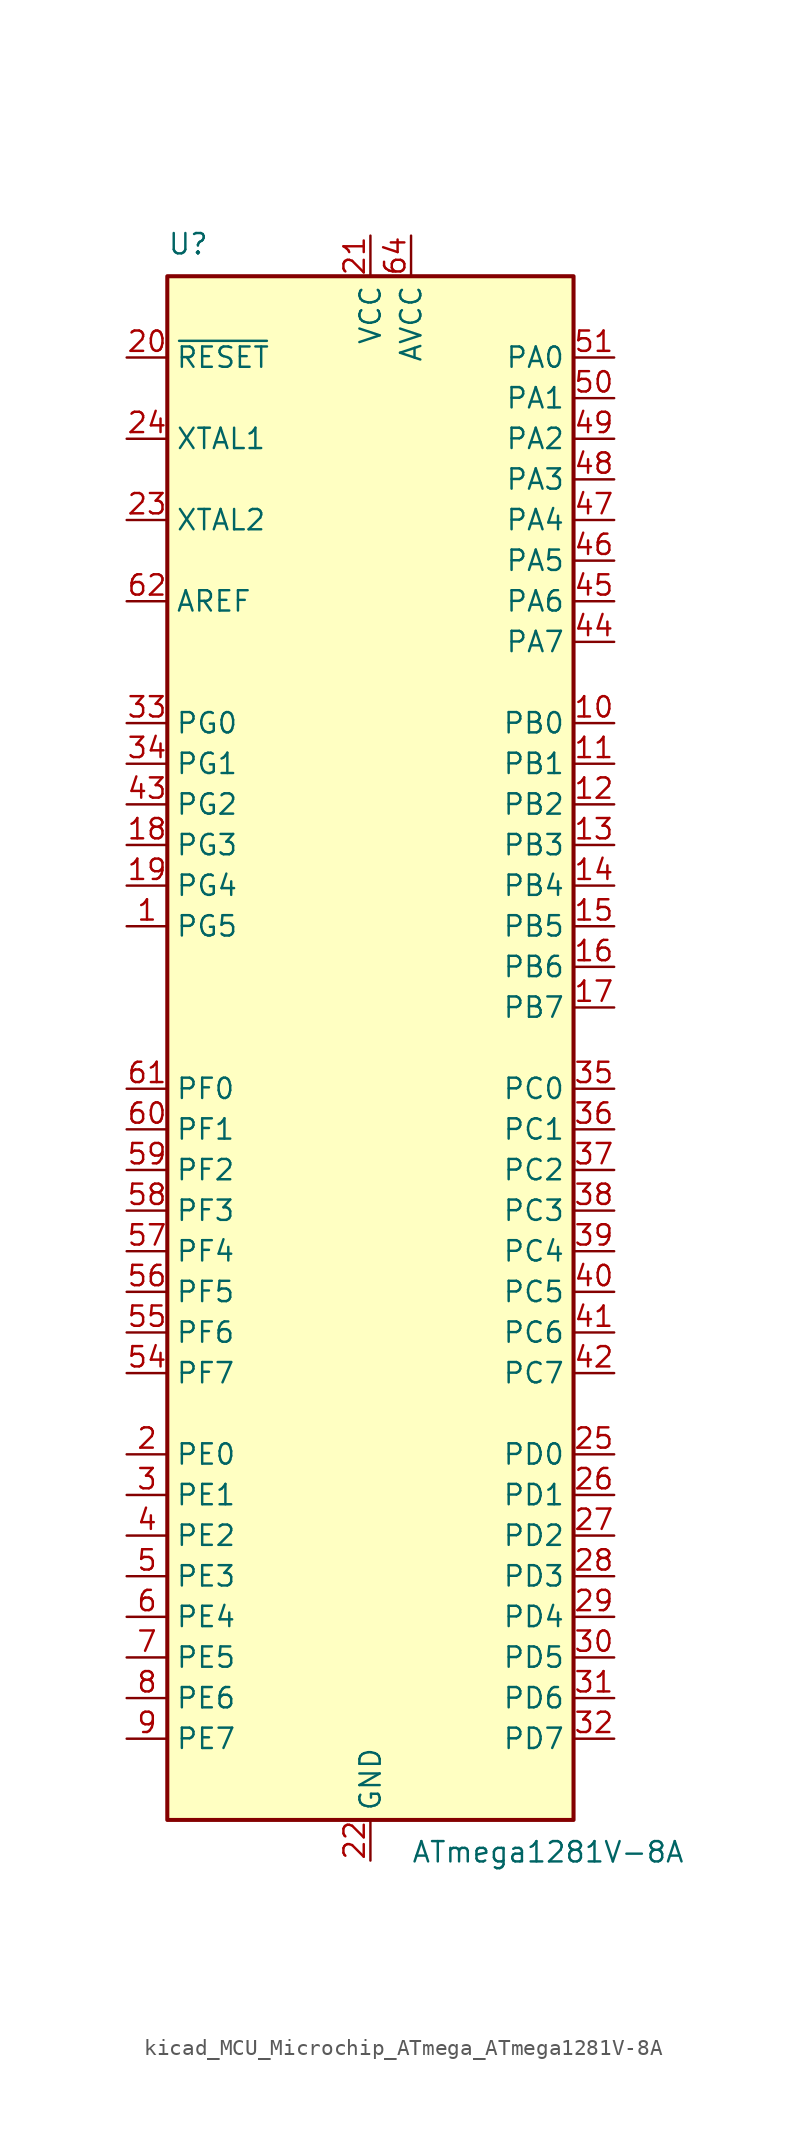
<source format=kicad_sym>
(kicad_symbol_lib
  (version 20220914)
  (generator kicad_symbol_editor)
  (symbol "kicad_MCU_Microchip_ATmega_ATmega1281V-8A"
    (property "Reference" "U"
      (at -12.7 49.53 0)
      (effects (font (size 1.27 1.27)) (justify left bottom)))
    (property "Value" "ATmega1281V-8A"
      (at 2.54 -49.53 0)
      (effects (font (size 1.27 1.27)) (justify left top)))
    (symbol "kicad_MCU_Microchip_ATmega_ATmega1281V-8A_0_1"
      (rectangle (start -12.7 -48.26) (end 12.7 48.26) (stroke (width 0.254) (type default)) (fill (type background))))
    (symbol "kicad_MCU_Microchip_ATmega_ATmega1281V-8A_1_1"
      (pin bidirectional line (at -15.24 7.62 0) (length 2.54) (name "PG5" (effects (font (size 1.27 1.27)))) (number "1" (effects (font (size 1.27 1.27)))))
      (pin bidirectional line (at 15.24 20.32 180) (length 2.54) (name "PB0" (effects (font (size 1.27 1.27)))) (number "10" (effects (font (size 1.27 1.27)))))
      (pin bidirectional line (at 15.24 17.78 180) (length 2.54) (name "PB1" (effects (font (size 1.27 1.27)))) (number "11" (effects (font (size 1.27 1.27)))))
      (pin bidirectional line (at 15.24 15.24 180) (length 2.54) (name "PB2" (effects (font (size 1.27 1.27)))) (number "12" (effects (font (size 1.27 1.27)))))
      (pin bidirectional line (at 15.24 12.7 180) (length 2.54) (name "PB3" (effects (font (size 1.27 1.27)))) (number "13" (effects (font (size 1.27 1.27)))))
      (pin bidirectional line (at 15.24 10.16 180) (length 2.54) (name "PB4" (effects (font (size 1.27 1.27)))) (number "14" (effects (font (size 1.27 1.27)))))
      (pin bidirectional line (at 15.24 7.62 180) (length 2.54) (name "PB5" (effects (font (size 1.27 1.27)))) (number "15" (effects (font (size 1.27 1.27)))))
      (pin bidirectional line (at 15.24 5.08 180) (length 2.54) (name "PB6" (effects (font (size 1.27 1.27)))) (number "16" (effects (font (size 1.27 1.27)))))
      (pin bidirectional line (at 15.24 2.54 180) (length 2.54) (name "PB7" (effects (font (size 1.27 1.27)))) (number "17" (effects (font (size 1.27 1.27)))))
      (pin bidirectional line (at -15.24 12.7 0) (length 2.54) (name "PG3" (effects (font (size 1.27 1.27)))) (number "18" (effects (font (size 1.27 1.27)))))
      (pin bidirectional line (at -15.24 10.16 0) (length 2.54) (name "PG4" (effects (font (size 1.27 1.27)))) (number "19" (effects (font (size 1.27 1.27)))))
      (pin bidirectional line (at -15.24 -25.4 0) (length 2.54) (name "PE0" (effects (font (size 1.27 1.27)))) (number "2" (effects (font (size 1.27 1.27)))))
      (pin input line (at -15.24 43.18 0) (length 2.54) (name "~{RESET}" (effects (font (size 1.27 1.27)))) (number "20" (effects (font (size 1.27 1.27)))))
      (pin power_in line (at 0 50.8 270) (length 2.54) (name "VCC" (effects (font (size 1.27 1.27)))) (number "21" (effects (font (size 1.27 1.27)))))
      (pin power_in line (at 0 -50.8 90) (length 2.54) (name "GND" (effects (font (size 1.27 1.27)))) (number "22" (effects (font (size 1.27 1.27)))))
      (pin output line (at -15.24 33.02 0) (length 2.54) (name "XTAL2" (effects (font (size 1.27 1.27)))) (number "23" (effects (font (size 1.27 1.27)))))
      (pin input line (at -15.24 38.1 0) (length 2.54) (name "XTAL1" (effects (font (size 1.27 1.27)))) (number "24" (effects (font (size 1.27 1.27)))))
      (pin bidirectional line (at 15.24 -25.4 180) (length 2.54) (name "PD0" (effects (font (size 1.27 1.27)))) (number "25" (effects (font (size 1.27 1.27)))))
      (pin bidirectional line (at 15.24 -27.94 180) (length 2.54) (name "PD1" (effects (font (size 1.27 1.27)))) (number "26" (effects (font (size 1.27 1.27)))))
      (pin bidirectional line (at 15.24 -30.48 180) (length 2.54) (name "PD2" (effects (font (size 1.27 1.27)))) (number "27" (effects (font (size 1.27 1.27)))))
      (pin bidirectional line (at 15.24 -33.02 180) (length 2.54) (name "PD3" (effects (font (size 1.27 1.27)))) (number "28" (effects (font (size 1.27 1.27)))))
      (pin bidirectional line (at 15.24 -35.56 180) (length 2.54) (name "PD4" (effects (font (size 1.27 1.27)))) (number "29" (effects (font (size 1.27 1.27)))))
      (pin bidirectional line (at -15.24 -27.94 0) (length 2.54) (name "PE1" (effects (font (size 1.27 1.27)))) (number "3" (effects (font (size 1.27 1.27)))))
      (pin bidirectional line (at 15.24 -38.1 180) (length 2.54) (name "PD5" (effects (font (size 1.27 1.27)))) (number "30" (effects (font (size 1.27 1.27)))))
      (pin bidirectional line (at 15.24 -40.64 180) (length 2.54) (name "PD6" (effects (font (size 1.27 1.27)))) (number "31" (effects (font (size 1.27 1.27)))))
      (pin bidirectional line (at 15.24 -43.18 180) (length 2.54) (name "PD7" (effects (font (size 1.27 1.27)))) (number "32" (effects (font (size 1.27 1.27)))))
      (pin bidirectional line (at -15.24 20.32 0) (length 2.54) (name "PG0" (effects (font (size 1.27 1.27)))) (number "33" (effects (font (size 1.27 1.27)))))
      (pin bidirectional line (at -15.24 17.78 0) (length 2.54) (name "PG1" (effects (font (size 1.27 1.27)))) (number "34" (effects (font (size 1.27 1.27)))))
      (pin bidirectional line (at 15.24 -2.54 180) (length 2.54) (name "PC0" (effects (font (size 1.27 1.27)))) (number "35" (effects (font (size 1.27 1.27)))))
      (pin bidirectional line (at 15.24 -5.08 180) (length 2.54) (name "PC1" (effects (font (size 1.27 1.27)))) (number "36" (effects (font (size 1.27 1.27)))))
      (pin bidirectional line (at 15.24 -7.62 180) (length 2.54) (name "PC2" (effects (font (size 1.27 1.27)))) (number "37" (effects (font (size 1.27 1.27)))))
      (pin bidirectional line (at 15.24 -10.16 180) (length 2.54) (name "PC3" (effects (font (size 1.27 1.27)))) (number "38" (effects (font (size 1.27 1.27)))))
      (pin bidirectional line (at 15.24 -12.7 180) (length 2.54) (name "PC4" (effects (font (size 1.27 1.27)))) (number "39" (effects (font (size 1.27 1.27)))))
      (pin bidirectional line (at -15.24 -30.48 0) (length 2.54) (name "PE2" (effects (font (size 1.27 1.27)))) (number "4" (effects (font (size 1.27 1.27)))))
      (pin bidirectional line (at 15.24 -15.24 180) (length 2.54) (name "PC5" (effects (font (size 1.27 1.27)))) (number "40" (effects (font (size 1.27 1.27)))))
      (pin bidirectional line (at 15.24 -17.78 180) (length 2.54) (name "PC6" (effects (font (size 1.27 1.27)))) (number "41" (effects (font (size 1.27 1.27)))))
      (pin bidirectional line (at 15.24 -20.32 180) (length 2.54) (name "PC7" (effects (font (size 1.27 1.27)))) (number "42" (effects (font (size 1.27 1.27)))))
      (pin bidirectional line (at -15.24 15.24 0) (length 2.54) (name "PG2" (effects (font (size 1.27 1.27)))) (number "43" (effects (font (size 1.27 1.27)))))
      (pin bidirectional line (at 15.24 25.4 180) (length 2.54) (name "PA7" (effects (font (size 1.27 1.27)))) (number "44" (effects (font (size 1.27 1.27)))))
      (pin bidirectional line (at 15.24 27.94 180) (length 2.54) (name "PA6" (effects (font (size 1.27 1.27)))) (number "45" (effects (font (size 1.27 1.27)))))
      (pin bidirectional line (at 15.24 30.48 180) (length 2.54) (name "PA5" (effects (font (size 1.27 1.27)))) (number "46" (effects (font (size 1.27 1.27)))))
      (pin bidirectional line (at 15.24 33.02 180) (length 2.54) (name "PA4" (effects (font (size 1.27 1.27)))) (number "47" (effects (font (size 1.27 1.27)))))
      (pin bidirectional line (at 15.24 35.56 180) (length 2.54) (name "PA3" (effects (font (size 1.27 1.27)))) (number "48" (effects (font (size 1.27 1.27)))))
      (pin bidirectional line (at 15.24 38.1 180) (length 2.54) (name "PA2" (effects (font (size 1.27 1.27)))) (number "49" (effects (font (size 1.27 1.27)))))
      (pin bidirectional line (at -15.24 -33.02 0) (length 2.54) (name "PE3" (effects (font (size 1.27 1.27)))) (number "5" (effects (font (size 1.27 1.27)))))
      (pin bidirectional line (at 15.24 40.64 180) (length 2.54) (name "PA1" (effects (font (size 1.27 1.27)))) (number "50" (effects (font (size 1.27 1.27)))))
      (pin bidirectional line (at 15.24 43.18 180) (length 2.54) (name "PA0" (effects (font (size 1.27 1.27)))) (number "51" (effects (font (size 1.27 1.27)))))
      (pin passive line (at 0 50.8 270) (length 2.54) hide (name "VCC" (effects (font (size 1.27 1.27)))) (number "52" (effects (font (size 1.27 1.27)))))
      (pin passive line (at 0 -50.8 90) (length 2.54) hide (name "GND" (effects (font (size 1.27 1.27)))) (number "53" (effects (font (size 1.27 1.27)))))
      (pin bidirectional line (at -15.24 -20.32 0) (length 2.54) (name "PF7" (effects (font (size 1.27 1.27)))) (number "54" (effects (font (size 1.27 1.27)))))
      (pin bidirectional line (at -15.24 -17.78 0) (length 2.54) (name "PF6" (effects (font (size 1.27 1.27)))) (number "55" (effects (font (size 1.27 1.27)))))
      (pin bidirectional line (at -15.24 -15.24 0) (length 2.54) (name "PF5" (effects (font (size 1.27 1.27)))) (number "56" (effects (font (size 1.27 1.27)))))
      (pin bidirectional line (at -15.24 -12.7 0) (length 2.54) (name "PF4" (effects (font (size 1.27 1.27)))) (number "57" (effects (font (size 1.27 1.27)))))
      (pin bidirectional line (at -15.24 -10.16 0) (length 2.54) (name "PF3" (effects (font (size 1.27 1.27)))) (number "58" (effects (font (size 1.27 1.27)))))
      (pin bidirectional line (at -15.24 -7.62 0) (length 2.54) (name "PF2" (effects (font (size 1.27 1.27)))) (number "59" (effects (font (size 1.27 1.27)))))
      (pin bidirectional line (at -15.24 -35.56 0) (length 2.54) (name "PE4" (effects (font (size 1.27 1.27)))) (number "6" (effects (font (size 1.27 1.27)))))
      (pin bidirectional line (at -15.24 -5.08 0) (length 2.54) (name "PF1" (effects (font (size 1.27 1.27)))) (number "60" (effects (font (size 1.27 1.27)))))
      (pin bidirectional line (at -15.24 -2.54 0) (length 2.54) (name "PF0" (effects (font (size 1.27 1.27)))) (number "61" (effects (font (size 1.27 1.27)))))
      (pin passive line (at -15.24 27.94 0) (length 2.54) (name "AREF" (effects (font (size 1.27 1.27)))) (number "62" (effects (font (size 1.27 1.27)))))
      (pin passive line (at 0 -50.8 90) (length 2.54) hide (name "GND" (effects (font (size 1.27 1.27)))) (number "63" (effects (font (size 1.27 1.27)))))
      (pin power_in line (at 2.54 50.8 270) (length 2.54) (name "AVCC" (effects (font (size 1.27 1.27)))) (number "64" (effects (font (size 1.27 1.27)))))
      (pin bidirectional line (at -15.24 -38.1 0) (length 2.54) (name "PE5" (effects (font (size 1.27 1.27)))) (number "7" (effects (font (size 1.27 1.27)))))
      (pin bidirectional line (at -15.24 -40.64 0) (length 2.54) (name "PE6" (effects (font (size 1.27 1.27)))) (number "8" (effects (font (size 1.27 1.27)))))
      (pin bidirectional line (at -15.24 -43.18 0) (length 2.54) (name "PE7" (effects (font (size 1.27 1.27)))) (number "9" (effects (font (size 1.27 1.27))))))))
</source>
